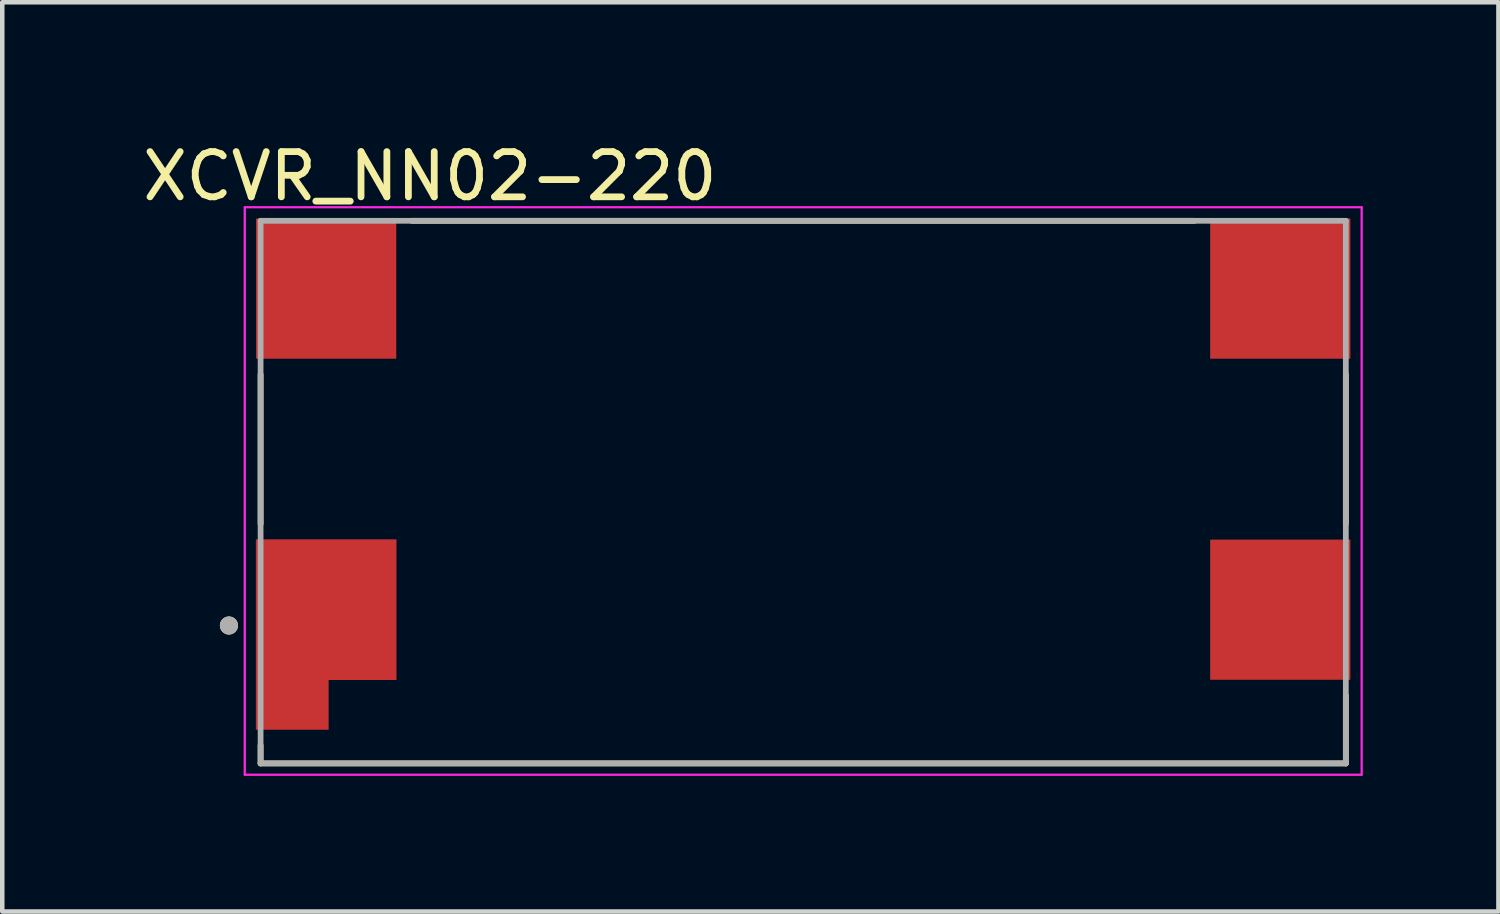
<source format=kicad_pcb>
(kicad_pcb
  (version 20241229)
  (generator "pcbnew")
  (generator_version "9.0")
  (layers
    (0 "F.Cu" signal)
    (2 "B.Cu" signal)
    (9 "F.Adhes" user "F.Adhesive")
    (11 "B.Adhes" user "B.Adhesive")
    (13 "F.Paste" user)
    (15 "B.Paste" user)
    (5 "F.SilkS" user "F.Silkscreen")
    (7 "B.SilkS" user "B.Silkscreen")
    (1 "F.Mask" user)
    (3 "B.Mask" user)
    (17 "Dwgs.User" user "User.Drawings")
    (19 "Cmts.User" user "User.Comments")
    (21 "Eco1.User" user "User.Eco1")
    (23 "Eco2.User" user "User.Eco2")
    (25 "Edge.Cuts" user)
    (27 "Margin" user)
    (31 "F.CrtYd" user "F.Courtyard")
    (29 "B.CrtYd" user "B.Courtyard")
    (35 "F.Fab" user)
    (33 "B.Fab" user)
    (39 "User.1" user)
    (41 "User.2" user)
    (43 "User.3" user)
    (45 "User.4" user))
  (footprint "XCVR_NN02-220"
    (layer "F.Cu")
    (at 14.713 7.833)
    (property "Reference" "XCVR_NN02-220" (at -8.255 -6.985 0) (layer "F.SilkS") (effects (font (size 1 1) (thickness 0.15))))
    (attr smd)
    (fp_poly (pts (xy -12.2 0.95) (xy -8.9 0.95) (xy -8.9 4.25) (xy -10.4 4.25) (xy -10.4 5.35) (xy -12.2 5.35)) (stroke (width 0.01) (type solid)) (fill yes) (layer "F.Mask"))
    (fp_line (start -12 -2.6) (end -12 0.7) (stroke (width 0.127) (type solid)) (layer "F.SilkS"))
    (fp_line (start -12 6) (end -12 5.6) (stroke (width 0.127) (type solid)) (layer "F.SilkS"))
    (fp_line (start -8.65 -6) (end 8.65 -6) (stroke (width 0.127) (type solid)) (layer "F.SilkS"))
    (fp_line (start 12 -2.6) (end 12 0.7) (stroke (width 0.127) (type solid)) (layer "F.SilkS"))
    (fp_line (start 12 4.5) (end 12 6) (stroke (width 0.127) (type solid)) (layer "F.SilkS"))
    (fp_line (start 12 6) (end -12 6) (stroke (width 0.127) (type solid)) (layer "F.SilkS"))
    (fp_circle (center -12.7 2.95) (end -12.6 2.95) (stroke (width 0.2) (type solid)) (fill no) (layer "F.SilkS"))
    (fp_poly (pts (xy -12.1 1.05) (xy -9 1.05) (xy -9 4.15) (xy -10.5 4.15) (xy -10.5 5.25) (xy -12.1 5.25)) (stroke (width 0.01) (type solid)) (fill yes) (layer "F.Paste"))
    (fp_line (start -12.35 -6.3) (end 12.35 -6.3) (stroke (width 0.05) (type solid)) (layer "F.CrtYd"))
    (fp_line (start -12.35 6.25) (end -12.35 -6.3) (stroke (width 0.05) (type solid)) (layer "F.CrtYd"))
    (fp_line (start 12.35 -6.3) (end 12.35 6.25) (stroke (width 0.05) (type solid)) (layer "F.CrtYd"))
    (fp_line (start 12.35 6.25) (end -12.35 6.25) (stroke (width 0.05) (type solid)) (layer "F.CrtYd"))
    (fp_line (start -12 -6) (end 12 -6) (stroke (width 0.127) (type solid)) (layer "F.Fab"))
    (fp_line (start -12 6) (end -12 -6) (stroke (width 0.127) (type solid)) (layer "F.Fab"))
    (fp_line (start 12 -6) (end 12 6) (stroke (width 0.127) (type solid)) (layer "F.Fab"))
    (fp_line (start 12 6) (end -12 6) (stroke (width 0.127) (type solid)) (layer "F.Fab"))
    (fp_circle (center -12.7 2.95) (end -12.6 2.95) (stroke (width 0.2) (type solid)) (fill no) (layer "F.Fab"))
    (pad "1" smd custom (at -10.55 2.6) (size 3.1 3.1) (layers "F.Cu") (options (anchor rect)) (primitives (gr_poly (pts (xy -1.55 -1.55) (xy 1.55 -1.55) (xy 1.55 1.55) (xy 0.05 1.55) (xy 0.05 2.65) (xy -1.55 2.65)) (width 0.01) (fill yes))))
    (pad "2" smd rect (at -10.55 -4.5) (size 3.1 3.1) (layers "F.Cu" "F.Mask" "F.Paste"))
    (pad "3" smd rect (at 10.55 -4.5) (size 3.1 3.1) (layers "F.Cu" "F.Mask" "F.Paste"))
    (pad "4" smd rect (at 10.55 2.6) (size 3.1 3.1) (layers "F.Cu" "F.Mask" "F.Paste")))
  (gr_rect
    (start -3 -3)
    (end 30.088 17.108)
    (stroke (width 0.1) (type default))
    (fill no)
    (layer "Edge.Cuts")))
</source>
